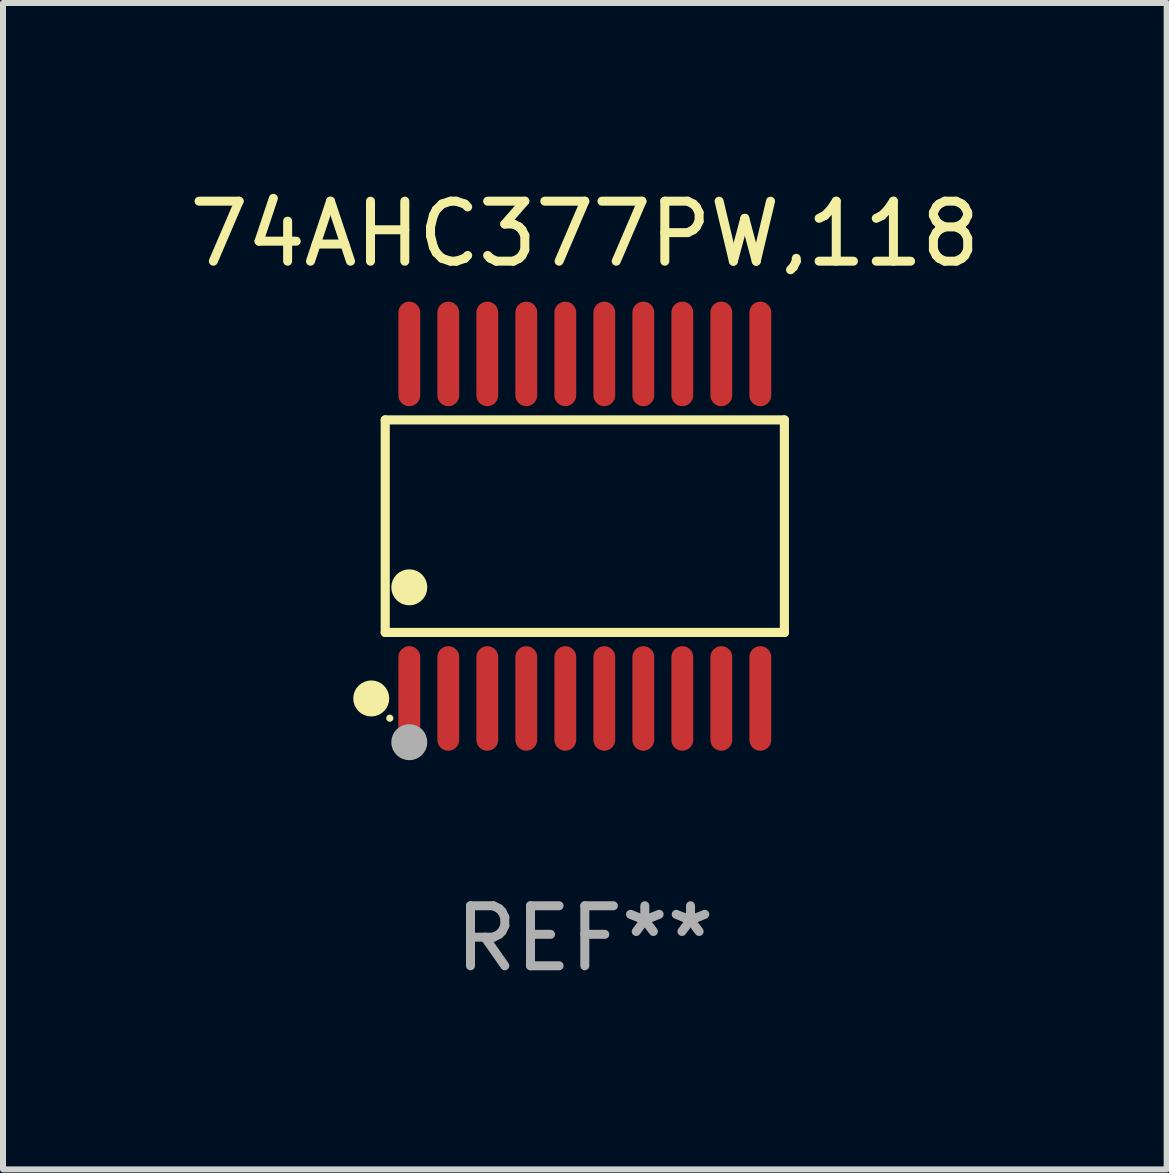
<source format=kicad_pcb>
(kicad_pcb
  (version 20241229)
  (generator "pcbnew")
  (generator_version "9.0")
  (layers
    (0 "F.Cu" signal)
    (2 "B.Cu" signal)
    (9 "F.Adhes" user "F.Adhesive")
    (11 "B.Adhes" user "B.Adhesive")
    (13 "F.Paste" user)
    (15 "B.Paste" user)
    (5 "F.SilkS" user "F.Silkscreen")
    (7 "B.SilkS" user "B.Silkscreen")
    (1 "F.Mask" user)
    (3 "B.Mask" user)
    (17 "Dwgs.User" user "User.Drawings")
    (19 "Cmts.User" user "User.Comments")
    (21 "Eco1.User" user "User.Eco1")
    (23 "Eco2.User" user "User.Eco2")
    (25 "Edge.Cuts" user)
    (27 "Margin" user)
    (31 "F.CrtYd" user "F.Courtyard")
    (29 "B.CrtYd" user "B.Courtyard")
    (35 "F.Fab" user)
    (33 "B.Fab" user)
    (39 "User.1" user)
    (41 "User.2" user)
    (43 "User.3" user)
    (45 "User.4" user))
  (footprint "74AHC377PW,118"
    (layer "F.Cu")
    (at 6.696 5.719)
    (property "Reference" "74AHC377PW,118" (at 0 -4.871 0) (layer "F.SilkS") (effects (font (size 1 1) (thickness 0.15))))
    (attr through_hole)
    (fp_line (start -3.326 -1.771) (end 3.326 -1.771) (stroke (width 0.152) (type solid)) (layer "F.SilkS"))
    (fp_line (start -3.326 1.771) (end -3.326 -1.771) (stroke (width 0.152) (type solid)) (layer "F.SilkS"))
    (fp_line (start 3.326 -1.771) (end 3.326 1.771) (stroke (width 0.152) (type solid)) (layer "F.SilkS"))
    (fp_line (start 3.326 1.771) (end -3.326 1.771) (stroke (width 0.152) (type solid)) (layer "F.SilkS"))
    (fp_circle (center -3.559 2.871) (end -3.409 2.871) (stroke (width 0.3) (type solid)) (fill no) (layer "F.SilkS"))
    (fp_circle (center -3.25 3.2) (end -3.22 3.2) (stroke (width 0.06) (type solid)) (fill no) (layer "F.SilkS"))
    (fp_circle (center -2.925 1.019) (end -2.775 1.019) (stroke (width 0.3) (type solid)) (fill no) (layer "F.SilkS"))
    (fp_circle (center -2.925 3.6) (end -2.775 3.6) (stroke (width 0.3) (type solid)) (fill no) (layer "F.Fab"))
    (fp_text user "REF**" (at 0 6.871 0) (layer "F.Fab") (effects (font (size 1 1) (thickness 0.15))))
    (pad "1" smd oval (at -2.925 2.871) (size 0.364 1.742) (layers "F.Cu" "F.Mask" "F.Paste"))
    (pad "2" smd oval (at -2.275 2.871) (size 0.364 1.742) (layers "F.Cu" "F.Mask" "F.Paste"))
    (pad "3" smd oval (at -1.625 2.871) (size 0.364 1.742) (layers "F.Cu" "F.Mask" "F.Paste"))
    (pad "4" smd oval (at -0.975 2.871) (size 0.364 1.742) (layers "F.Cu" "F.Mask" "F.Paste"))
    (pad "5" smd oval (at -0.325 2.871) (size 0.364 1.742) (layers "F.Cu" "F.Mask" "F.Paste"))
    (pad "6" smd oval (at 0.325 2.871) (size 0.364 1.742) (layers "F.Cu" "F.Mask" "F.Paste"))
    (pad "7" smd oval (at 0.975 2.871) (size 0.364 1.742) (layers "F.Cu" "F.Mask" "F.Paste"))
    (pad "8" smd oval (at 1.625 2.871) (size 0.364 1.742) (layers "F.Cu" "F.Mask" "F.Paste"))
    (pad "9" smd oval (at 2.275 2.871) (size 0.364 1.742) (layers "F.Cu" "F.Mask" "F.Paste"))
    (pad "10" smd oval (at 2.925 2.871) (size 0.364 1.742) (layers "F.Cu" "F.Mask" "F.Paste"))
    (pad "11" smd oval (at 2.925 -2.871) (size 0.364 1.742) (layers "F.Cu" "F.Mask" "F.Paste"))
    (pad "12" smd oval (at 2.275 -2.871) (size 0.364 1.742) (layers "F.Cu" "F.Mask" "F.Paste"))
    (pad "13" smd oval (at 1.625 -2.871) (size 0.364 1.742) (layers "F.Cu" "F.Mask" "F.Paste"))
    (pad "14" smd oval (at 0.975 -2.871) (size 0.364 1.742) (layers "F.Cu" "F.Mask" "F.Paste"))
    (pad "15" smd oval (at 0.325 -2.871) (size 0.364 1.742) (layers "F.Cu" "F.Mask" "F.Paste"))
    (pad "16" smd oval (at -0.325 -2.871) (size 0.364 1.742) (layers "F.Cu" "F.Mask" "F.Paste"))
    (pad "17" smd oval (at -0.975 -2.871) (size 0.364 1.742) (layers "F.Cu" "F.Mask" "F.Paste"))
    (pad "18" smd oval (at -1.625 -2.871) (size 0.364 1.742) (layers "F.Cu" "F.Mask" "F.Paste"))
    (pad "19" smd oval (at -2.275 -2.871) (size 0.364 1.742) (layers "F.Cu" "F.Mask" "F.Paste"))
    (pad "20" smd oval (at -2.925 -2.871) (size 0.364 1.742) (layers "F.Cu" "F.Mask" "F.Paste")))
  (gr_rect
    (start -3 -3)
    (end 16.393 16.438)
    (stroke (width 0.1) (type default))
    (fill no)
    (layer "Edge.Cuts")))
</source>
